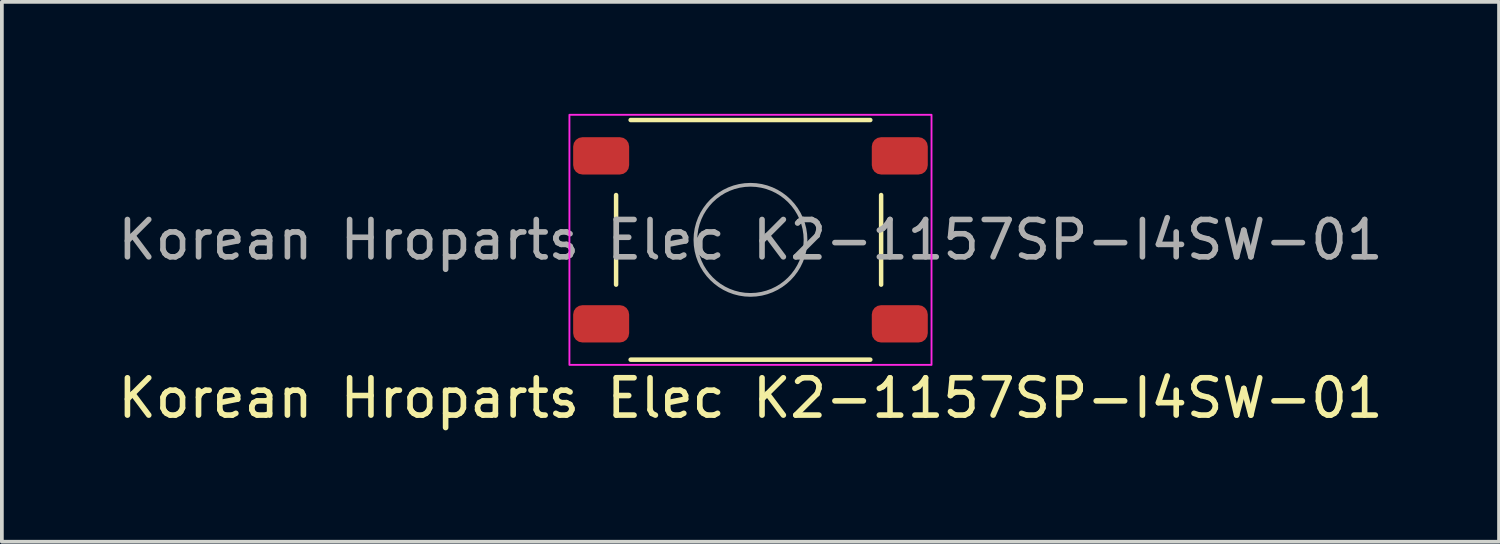
<source format=kicad_pcb>
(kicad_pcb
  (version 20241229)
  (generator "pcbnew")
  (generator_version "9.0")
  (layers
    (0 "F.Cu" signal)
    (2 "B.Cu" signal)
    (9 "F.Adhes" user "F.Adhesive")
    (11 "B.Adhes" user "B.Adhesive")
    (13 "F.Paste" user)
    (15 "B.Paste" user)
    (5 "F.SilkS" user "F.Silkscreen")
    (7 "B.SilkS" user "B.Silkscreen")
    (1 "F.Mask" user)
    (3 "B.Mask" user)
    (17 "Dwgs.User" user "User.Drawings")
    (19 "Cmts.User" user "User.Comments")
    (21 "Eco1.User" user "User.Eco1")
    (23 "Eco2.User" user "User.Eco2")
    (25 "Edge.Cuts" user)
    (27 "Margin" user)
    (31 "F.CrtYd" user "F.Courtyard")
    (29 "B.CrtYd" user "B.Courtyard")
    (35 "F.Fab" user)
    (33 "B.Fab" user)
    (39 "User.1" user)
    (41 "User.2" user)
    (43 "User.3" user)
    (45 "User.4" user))
  (footprint "Korean Hroparts Elec K2-1157SP-I4SW-01"
    (layer "F.Cu")
    (at 17.054 3.375)
    (property "Reference" "Korean Hroparts Elec K2-1157SP-I4SW-01" (at 0 4.24 0) (layer "F.SilkS") (effects (font (size 1 1) (thickness 0.15))))
    (attr smd)
    (fp_line (start -3.6 -1.2) (end -3.6 1.2) (stroke (width 0.12) (type solid)) (layer "F.SilkS"))
    (fp_line (start -3.21 3.21) (end 3.21 3.21) (stroke (width 0.12) (type solid)) (layer "F.SilkS"))
    (fp_line (start 3.21 -3.21) (end -3.21 -3.21) (stroke (width 0.12) (type solid)) (layer "F.SilkS"))
    (fp_line (start 3.5 1.2) (end 3.5 -1.2) (stroke (width 0.12) (type solid)) (layer "F.SilkS"))
    (fp_rect (start -4.85 -3.35) (end 4.85 3.35) (stroke (width 0.05) (type solid)) (fill no) (layer "F.CrtYd"))
    (fp_circle (center 0 0) (end 1.475 0) (stroke (width 0.1) (type solid)) (fill no) (layer "F.Fab"))
    (fp_text user "${REFERENCE}" (at 0 0 0) (layer "F.Fab") (effects (font (size 1 1) (thickness 0.15))))
    (pad "1" smd roundrect (at -4 -2.25) (size 1.5 1) (layers "F.Cu" "F.Mask" "F.Paste") (roundrect_rratio 0.25))
    (pad "1" smd roundrect (at 4 -2.25) (size 1.5 1) (layers "F.Cu" "F.Mask" "F.Paste") (roundrect_rratio 0.25))
    (pad "2" smd roundrect (at -4 2.25) (size 1.5 1) (layers "F.Cu" "F.Mask" "F.Paste") (roundrect_rratio 0.25))
    (pad "2" smd roundrect (at 4 2.25) (size 1.5 1) (layers "F.Cu" "F.Mask" "F.Paste") (roundrect_rratio 0.25)))
  (gr_rect
    (start -3 -3)
    (end 37.107 11.463)
    (stroke (width 0.1) (type default))
    (fill no)
    (layer "Edge.Cuts")))
</source>
